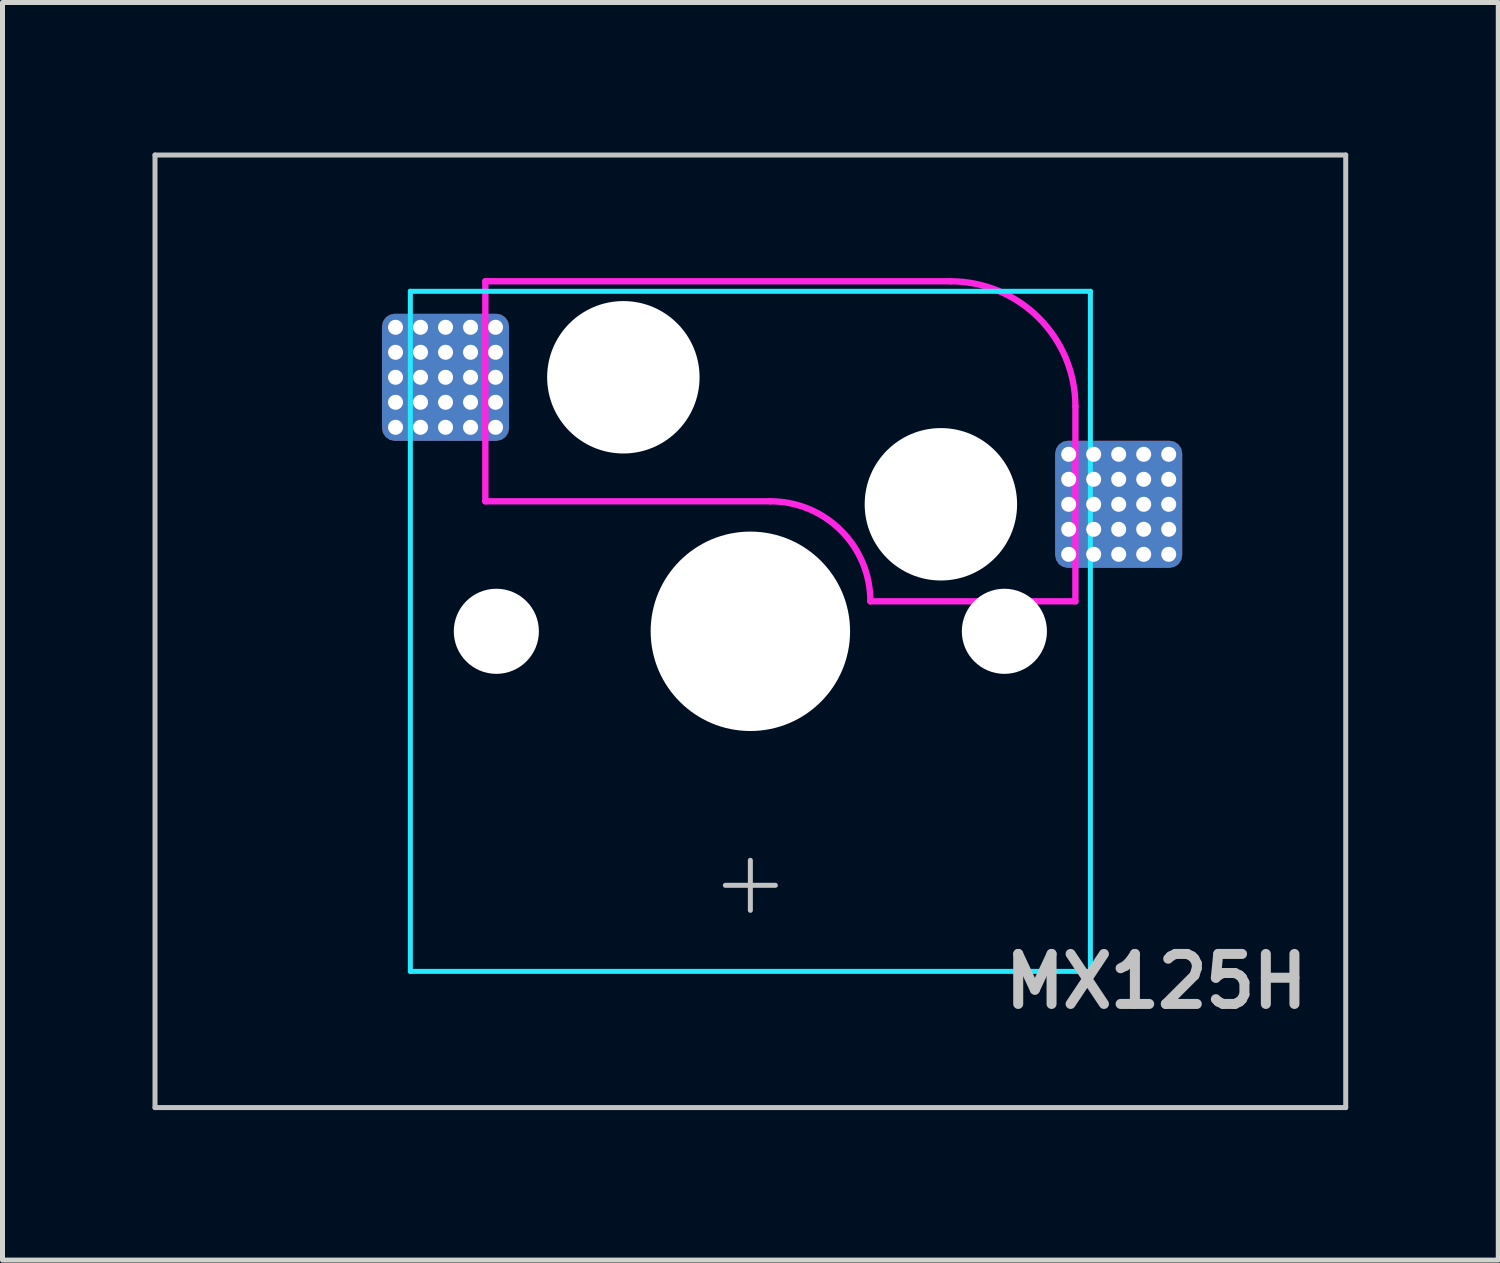
<source format=kicad_pcb>
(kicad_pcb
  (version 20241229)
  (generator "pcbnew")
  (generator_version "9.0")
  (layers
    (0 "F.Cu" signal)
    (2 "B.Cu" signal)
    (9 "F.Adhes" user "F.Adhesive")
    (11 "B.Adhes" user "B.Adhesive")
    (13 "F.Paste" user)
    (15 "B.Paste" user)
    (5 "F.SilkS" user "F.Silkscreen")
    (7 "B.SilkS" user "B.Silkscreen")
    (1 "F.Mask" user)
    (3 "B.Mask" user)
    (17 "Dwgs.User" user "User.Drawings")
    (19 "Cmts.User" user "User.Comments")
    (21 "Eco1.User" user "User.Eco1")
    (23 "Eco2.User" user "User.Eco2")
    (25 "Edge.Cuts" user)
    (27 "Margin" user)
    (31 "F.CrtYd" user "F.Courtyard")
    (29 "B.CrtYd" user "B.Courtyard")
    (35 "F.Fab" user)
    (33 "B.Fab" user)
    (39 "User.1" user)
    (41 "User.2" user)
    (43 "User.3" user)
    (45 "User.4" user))
  (footprint "MX125H"
    (layer "F.Cu")
    (at 11.956 9.575)
    (property "Reference" "MX125H" (at 11.25 7 180) (layer "Dwgs.User") (effects (font (size 1 1) (thickness 0.2)) (justify right)))
    (attr smd)
    (fp_line (start -11.906 -9.525) (end -11.906 9.525) (stroke (width 0.1) (type solid)) (layer "Dwgs.User"))
    (fp_line (start -11.906 -9.525) (end 11.906 -9.525) (stroke (width 0.1) (type solid)) (layer "Dwgs.User"))
    (fp_line (start -11.906 9.525) (end 11.906 9.525) (stroke (width 0.1) (type solid)) (layer "Dwgs.User"))
    (fp_line (start -0.5 5.08) (end 0.5 5.08) (stroke (width 0.1) (type solid)) (layer "Dwgs.User"))
    (fp_line (start 0 4.58) (end 0 5.58) (stroke (width 0.1) (type solid)) (layer "Dwgs.User"))
    (fp_line (start 11.906 9.525) (end 11.906 -9.525) (stroke (width 0.1) (type solid)) (layer "Dwgs.User"))
    (fp_line (start -7 -6.5) (end -7 6.5) (stroke (width 0.1) (type solid)) (layer "Eco1.User"))
    (fp_line (start -6.5 7) (end 6.5 7) (stroke (width 0.1) (type solid)) (layer "Eco1.User"))
    (fp_line (start 6.5 -7) (end -6.5 -7) (stroke (width 0.1) (type solid)) (layer "Eco1.User"))
    (fp_line (start 7 6.5) (end 7 -6.5) (stroke (width 0.1) (type solid)) (layer "Eco1.User"))
    (fp_arc (start -7 -6.5) (mid -6.853553 -6.853553) (end -6.5 -7) (stroke (width 0.1) (type solid)) (layer "Eco1.User"))
    (fp_arc (start -6.5 7) (mid -6.853553 6.853553) (end -7 6.5) (stroke (width 0.1) (type solid)) (layer "Eco1.User"))
    (fp_arc (start 6.5 -7) (mid 6.853553 -6.853553) (end 7 -6.5) (stroke (width 0.1) (type solid)) (layer "Eco1.User"))
    (fp_arc (start 7 6.5) (mid 6.853553 6.853553) (end 6.5 7) (stroke (width 0.1) (type solid)) (layer "Eco1.User"))
    (fp_line (start -6.8 -6.8) (end -6.8 6.8) (stroke (width 0.1) (type solid)) (layer "B.CrtYd"))
    (fp_line (start -6.8 -6.8) (end 6.8 -6.8) (stroke (width 0.1) (type solid)) (layer "B.CrtYd"))
    (fp_line (start -6.8 6.8) (end 6.8 6.8) (stroke (width 0.1) (type solid)) (layer "B.CrtYd"))
    (fp_line (start 6.8 -6.8) (end 6.8 6.8) (stroke (width 0.1) (type solid)) (layer "B.CrtYd"))
    (fp_line (start -5.3 -7) (end -5.3 -2.6) (stroke (width 0.127) (type solid)) (layer "F.CrtYd"))
    (fp_line (start -5.3 -7) (end 4 -7) (stroke (width 0.127) (type solid)) (layer "F.CrtYd"))
    (fp_line (start 0.4 -2.6) (end -5.3 -2.6) (stroke (width 0.127) (type solid)) (layer "F.CrtYd"))
    (fp_line (start 6.5 -4.5) (end 6.5 -0.6) (stroke (width 0.127) (type solid)) (layer "F.CrtYd"))
    (fp_line (start 6.5 -0.6) (end 2.4 -0.6) (stroke (width 0.127) (type solid)) (layer "F.CrtYd"))
    (fp_arc (start 0.4 -2.6) (mid 1.814214 -2.014214) (end 2.4 -0.6) (stroke (width 0.127) (type solid)) (layer "F.CrtYd"))
    (fp_arc (start 4 -7) (mid 5.767767 -6.267767) (end 6.5 -4.5) (stroke (width 0.127) (type solid)) (layer "F.CrtYd"))
    (pad "" np_thru_hole circle (at -5.08 0) (size 1.702 1.702) (drill 1.702) (layers "*.Cu" "*.Mask"))
    (pad "" np_thru_hole circle (at -2.54 -5.08) (size 3.048 3.048) (drill 3.048) (layers "*.Cu" "*.Mask"))
    (pad "" np_thru_hole circle (at 0 0) (size 3.988 3.988) (drill 3.988) (layers "*.Cu" "*.Mask"))
    (pad "" np_thru_hole circle (at 3.81 -2.54 90) (size 3.048 3.048) (drill 3.048) (layers "*.Cu" "*.Mask"))
    (pad "" np_thru_hole circle (at 5.08 0) (size 1.702 1.702) (drill 1.702) (layers "*.Cu" "*.Mask"))
    (pad "1" thru_hole circle (at -7.096 -6.08) (size 0.3 0.3) (drill 0.3) (layers "*.Cu" "F.Mask"))
    (pad "1" thru_hole circle (at -7.096 -5.58) (size 0.3 0.3) (drill 0.3) (layers "*.Cu" "F.Mask"))
    (pad "1" thru_hole circle (at -7.096 -5.08) (size 0.3 0.3) (drill 0.3) (layers "*.Cu" "F.Mask"))
    (pad "1" thru_hole circle (at -7.096 -4.58) (size 0.3 0.3) (drill 0.3) (layers "*.Cu" "F.Mask"))
    (pad "1" thru_hole circle (at -7.096 -4.08) (size 0.3 0.3) (drill 0.3) (layers "*.Cu" "F.Mask"))
    (pad "1" thru_hole circle (at -6.596 -6.08) (size 0.3 0.3) (drill 0.3) (layers "*.Cu" "F.Mask"))
    (pad "1" thru_hole circle (at -6.596 -5.58) (size 0.3 0.3) (drill 0.3) (layers "*.Cu" "F.Mask"))
    (pad "1" thru_hole circle (at -6.596 -5.08) (size 0.3 0.3) (drill 0.3) (layers "*.Cu" "F.Mask"))
    (pad "1" thru_hole circle (at -6.596 -4.58) (size 0.3 0.3) (drill 0.3) (layers "*.Cu" "F.Mask"))
    (pad "1" thru_hole circle (at -6.596 -4.08) (size 0.3 0.3) (drill 0.3) (layers "*.Cu" "F.Mask"))
    (pad "1" thru_hole circle (at -6.096 -6.08) (size 0.3 0.3) (drill 0.3) (layers "*.Cu" "F.Mask"))
    (pad "1" thru_hole circle (at -6.096 -5.58) (size 0.3 0.3) (drill 0.3) (layers "*.Cu" "F.Mask"))
    (pad "1" thru_hole circle (at -6.096 -5.08) (size 0.3 0.3) (drill 0.3) (layers "*.Cu" "F.Mask"))
    (pad "1" smd roundrect (at -6.096 -5.08) (size 2.54 2.54) (layers "F.Cu" "F.Mask") (roundrect_rratio 0.1))
    (pad "1" smd roundrect (at -6.096 -5.08) (size 2.54 2.54) (layers "B.Cu") (roundrect_rratio 0.1))
    (pad "1" thru_hole circle (at -6.096 -4.58) (size 0.3 0.3) (drill 0.3) (layers "*.Cu" "F.Mask"))
    (pad "1" thru_hole circle (at -6.096 -4.08) (size 0.3 0.3) (drill 0.3) (layers "*.Cu" "F.Mask"))
    (pad "1" thru_hole circle (at -5.596 -6.08) (size 0.3 0.3) (drill 0.3) (layers "*.Cu" "F.Mask"))
    (pad "1" thru_hole circle (at -5.596 -5.58) (size 0.3 0.3) (drill 0.3) (layers "*.Cu" "F.Mask"))
    (pad "1" thru_hole circle (at -5.596 -5.08) (size 0.3 0.3) (drill 0.3) (layers "*.Cu" "F.Mask"))
    (pad "1" thru_hole circle (at -5.596 -4.58) (size 0.3 0.3) (drill 0.3) (layers "*.Cu" "F.Mask"))
    (pad "1" thru_hole circle (at -5.596 -4.08) (size 0.3 0.3) (drill 0.3) (layers "*.Cu" "F.Mask"))
    (pad "1" thru_hole circle (at -5.096 -6.08) (size 0.3 0.3) (drill 0.3) (layers "*.Cu" "F.Mask"))
    (pad "1" thru_hole circle (at -5.096 -5.58) (size 0.3 0.3) (drill 0.3) (layers "*.Cu" "F.Mask"))
    (pad "1" thru_hole circle (at -5.096 -5.08) (size 0.3 0.3) (drill 0.3) (layers "*.Cu" "F.Mask"))
    (pad "1" thru_hole circle (at -5.096 -4.58) (size 0.3 0.3) (drill 0.3) (layers "*.Cu" "F.Mask"))
    (pad "1" thru_hole circle (at -5.096 -4.08) (size 0.3 0.3) (drill 0.3) (layers "*.Cu" "F.Mask"))
    (pad "2" thru_hole circle (at 6.366 -3.54) (size 0.3 0.3) (drill 0.3) (layers "*.Cu" "F.Mask"))
    (pad "2" thru_hole circle (at 6.366 -3.04) (size 0.3 0.3) (drill 0.3) (layers "*.Cu" "F.Mask"))
    (pad "2" thru_hole circle (at 6.366 -2.54) (size 0.3 0.3) (drill 0.3) (layers "*.Cu" "F.Mask"))
    (pad "2" thru_hole circle (at 6.366 -2.04) (size 0.3 0.3) (drill 0.3) (layers "*.Cu" "F.Mask"))
    (pad "2" thru_hole circle (at 6.366 -1.54) (size 0.3 0.3) (drill 0.3) (layers "*.Cu" "F.Mask"))
    (pad "2" thru_hole circle (at 6.866 -3.54) (size 0.3 0.3) (drill 0.3) (layers "*.Cu" "F.Mask"))
    (pad "2" thru_hole circle (at 6.866 -3.04) (size 0.3 0.3) (drill 0.3) (layers "*.Cu" "F.Mask"))
    (pad "2" thru_hole circle (at 6.866 -2.54) (size 0.3 0.3) (drill 0.3) (layers "*.Cu" "F.Mask"))
    (pad "2" thru_hole circle (at 6.866 -2.04) (size 0.3 0.3) (drill 0.3) (layers "*.Cu" "F.Mask"))
    (pad "2" thru_hole circle (at 6.866 -1.54) (size 0.3 0.3) (drill 0.3) (layers "*.Cu" "F.Mask"))
    (pad "2" thru_hole circle (at 7.366 -3.54) (size 0.3 0.3) (drill 0.3) (layers "*.Cu" "F.Mask"))
    (pad "2" thru_hole circle (at 7.366 -3.04) (size 0.3 0.3) (drill 0.3) (layers "*.Cu" "F.Mask"))
    (pad "2" thru_hole circle (at 7.366 -2.54) (size 0.3 0.3) (drill 0.3) (layers "*.Cu" "F.Mask"))
    (pad "2" smd roundrect (at 7.366 -2.54) (size 2.54 2.54) (layers "F.Cu" "F.Mask") (roundrect_rratio 0.1))
    (pad "2" smd roundrect (at 7.366 -2.54) (size 2.54 2.54) (layers "B.Cu") (roundrect_rratio 0.1))
    (pad "2" thru_hole circle (at 7.366 -2.04) (size 0.3 0.3) (drill 0.3) (layers "*.Cu" "F.Mask"))
    (pad "2" thru_hole circle (at 7.366 -1.54) (size 0.3 0.3) (drill 0.3) (layers "*.Cu" "F.Mask"))
    (pad "2" thru_hole circle (at 7.866 -3.54) (size 0.3 0.3) (drill 0.3) (layers "*.Cu" "F.Mask"))
    (pad "2" thru_hole circle (at 7.866 -3.04) (size 0.3 0.3) (drill 0.3) (layers "*.Cu" "F.Mask"))
    (pad "2" thru_hole circle (at 7.866 -2.54) (size 0.3 0.3) (drill 0.3) (layers "*.Cu" "F.Mask"))
    (pad "2" thru_hole circle (at 7.866 -2.04) (size 0.3 0.3) (drill 0.3) (layers "*.Cu" "F.Mask"))
    (pad "2" thru_hole circle (at 7.866 -1.54) (size 0.3 0.3) (drill 0.3) (layers "*.Cu" "F.Mask"))
    (pad "2" thru_hole circle (at 8.366 -3.54) (size 0.3 0.3) (drill 0.3) (layers "*.Cu" "F.Mask"))
    (pad "2" thru_hole circle (at 8.366 -3.04) (size 0.3 0.3) (drill 0.3) (layers "*.Cu" "F.Mask"))
    (pad "2" thru_hole circle (at 8.366 -2.54) (size 0.3 0.3) (drill 0.3) (layers "*.Cu" "F.Mask"))
    (pad "2" thru_hole circle (at 8.366 -2.04) (size 0.3 0.3) (drill 0.3) (layers "*.Cu" "F.Mask"))
    (pad "2" thru_hole circle (at 8.366 -1.54) (size 0.3 0.3) (drill 0.3) (layers "*.Cu" "F.Mask")))
  (gr_rect
    (start -3 -3)
    (end 26.913 22.15)
    (stroke (width 0.1) (type default))
    (fill no)
    (layer "Edge.Cuts")))
</source>
